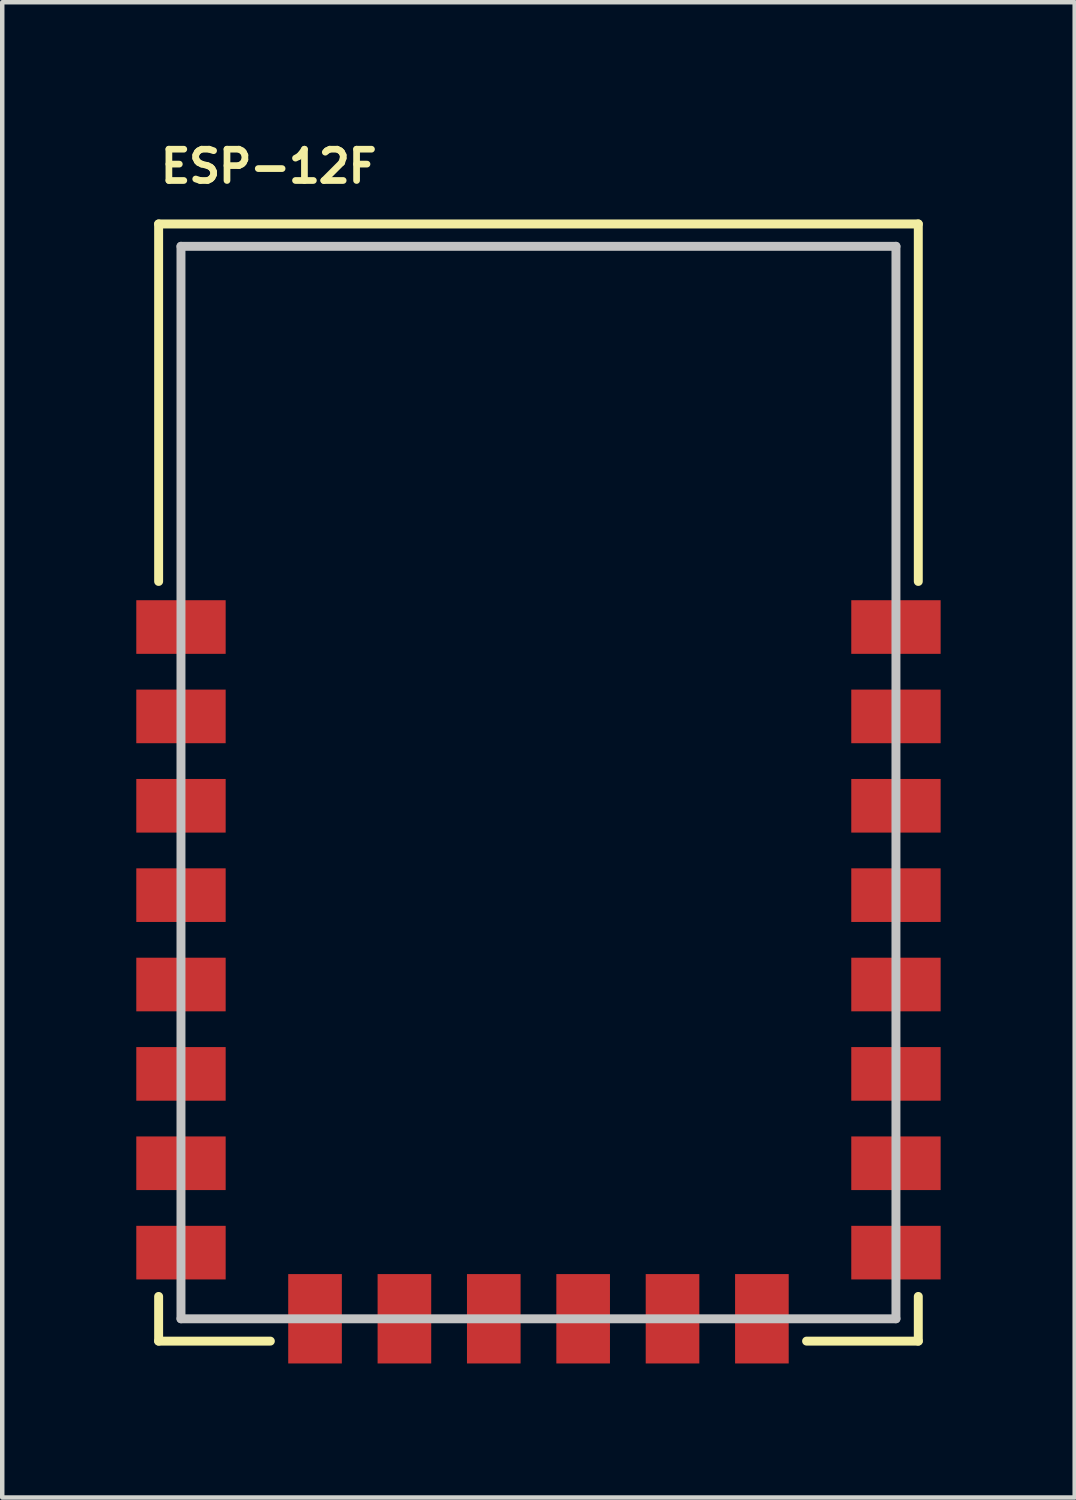
<source format=kicad_pcb>
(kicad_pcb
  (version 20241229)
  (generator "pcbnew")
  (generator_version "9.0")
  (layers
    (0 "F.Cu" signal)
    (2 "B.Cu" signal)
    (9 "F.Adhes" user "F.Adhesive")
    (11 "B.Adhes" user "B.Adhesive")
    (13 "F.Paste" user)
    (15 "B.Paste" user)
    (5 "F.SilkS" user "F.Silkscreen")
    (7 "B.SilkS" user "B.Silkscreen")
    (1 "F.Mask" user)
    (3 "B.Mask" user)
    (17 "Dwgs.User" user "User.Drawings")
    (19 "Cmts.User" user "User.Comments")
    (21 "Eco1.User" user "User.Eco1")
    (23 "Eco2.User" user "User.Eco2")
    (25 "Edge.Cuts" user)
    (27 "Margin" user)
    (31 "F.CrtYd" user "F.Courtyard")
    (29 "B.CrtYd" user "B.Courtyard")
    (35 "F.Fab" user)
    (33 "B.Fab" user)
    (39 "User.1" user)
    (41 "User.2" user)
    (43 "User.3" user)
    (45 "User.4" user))
  (footprint "ESP-12F"
    (layer "F.Cu")
    (at 9 14.462)
    (property "Reference" "ESP-12F" (at -6.037 -13.789 0) (layer "F.SilkS") (effects (font (size 0.7 0.7) (thickness 0.15))))
    (attr smd)
    (fp_line (start -8.5 -12.5) (end -8.5 -4.5) (stroke (width 0.2) (type solid)) (layer "F.SilkS"))
    (fp_line (start -8.5 -12.5) (end 8.5 -12.5) (stroke (width 0.2) (type solid)) (layer "F.SilkS"))
    (fp_line (start -8.5 11.5) (end -8.5 12.5) (stroke (width 0.2) (type solid)) (layer "F.SilkS"))
    (fp_line (start -8.5 12.5) (end -6 12.5) (stroke (width 0.2) (type solid)) (layer "F.SilkS"))
    (fp_line (start 8.5 -12.5) (end 8.5 -4.5) (stroke (width 0.2) (type solid)) (layer "F.SilkS"))
    (fp_line (start 8.5 12.5) (end 6 12.5) (stroke (width 0.2) (type solid)) (layer "F.SilkS"))
    (fp_line (start 8.5 12.5) (end 8.5 11.5) (stroke (width 0.2) (type solid)) (layer "F.SilkS"))
    (fp_line (start -8 -12) (end 8 -12) (stroke (width 0.2) (type solid)) (layer "Dwgs.User"))
    (fp_line (start -8 12) (end -8 -12) (stroke (width 0.2) (type solid)) (layer "Dwgs.User"))
    (fp_line (start 8 -12) (end 8 12) (stroke (width 0.2) (type solid)) (layer "Dwgs.User"))
    (fp_line (start 8 12) (end -8 12) (stroke (width 0.2) (type solid)) (layer "Dwgs.User"))
    (pad "1" smd rect (at -8 -3.48) (size 2 1.2) (layers "F.Cu" "F.Mask" "F.Paste"))
    (pad "2" smd rect (at -8 -1.48) (size 2 1.2) (layers "F.Cu" "F.Mask" "F.Paste"))
    (pad "3" smd rect (at -8 0.52) (size 2 1.2) (layers "F.Cu" "F.Mask" "F.Paste"))
    (pad "4" smd rect (at -8 2.52) (size 2 1.2) (layers "F.Cu" "F.Mask" "F.Paste"))
    (pad "5" smd rect (at -8 4.52) (size 2 1.2) (layers "F.Cu" "F.Mask" "F.Paste"))
    (pad "6" smd rect (at -8 6.52) (size 2 1.2) (layers "F.Cu" "F.Mask" "F.Paste"))
    (pad "7" smd rect (at -8 8.52) (size 2 1.2) (layers "F.Cu" "F.Mask" "F.Paste"))
    (pad "8" smd rect (at -8 10.52) (size 2 1.2) (layers "F.Cu" "F.Mask" "F.Paste"))
    (pad "9" smd rect (at -5 12) (size 1.2 2) (layers "F.Cu" "F.Mask" "F.Paste"))
    (pad "10" smd rect (at -3 12) (size 1.2 2) (layers "F.Cu" "F.Mask" "F.Paste"))
    (pad "11" smd rect (at -1 12) (size 1.2 2) (layers "F.Cu" "F.Mask" "F.Paste"))
    (pad "12" smd rect (at 1 12) (size 1.2 2) (layers "F.Cu" "F.Mask" "F.Paste"))
    (pad "13" smd rect (at 3 12) (size 1.2 2) (layers "F.Cu" "F.Mask" "F.Paste"))
    (pad "14" smd rect (at 5 12) (size 1.2 2) (layers "F.Cu" "F.Mask" "F.Paste"))
    (pad "15" smd rect (at 8 10.52) (size 2 1.2) (layers "F.Cu" "F.Mask" "F.Paste"))
    (pad "16" smd rect (at 8 8.52) (size 2 1.2) (layers "F.Cu" "F.Mask" "F.Paste"))
    (pad "17" smd rect (at 8 6.52) (size 2 1.2) (layers "F.Cu" "F.Mask" "F.Paste"))
    (pad "18" smd rect (at 8 4.52) (size 2 1.2) (layers "F.Cu" "F.Mask" "F.Paste"))
    (pad "19" smd rect (at 8 2.52) (size 2 1.2) (layers "F.Cu" "F.Mask" "F.Paste"))
    (pad "20" smd rect (at 8 0.52) (size 2 1.2) (layers "F.Cu" "F.Mask" "F.Paste"))
    (pad "21" smd rect (at 8 -1.48) (size 2 1.2) (layers "F.Cu" "F.Mask" "F.Paste"))
    (pad "22" smd rect (at 8 -3.48) (size 2 1.2) (layers "F.Cu" "F.Mask" "F.Paste")))
  (gr_rect
    (start -3 -3)
    (end 21 30.462)
    (stroke (width 0.1) (type default))
    (fill no)
    (layer "Edge.Cuts")))
</source>
